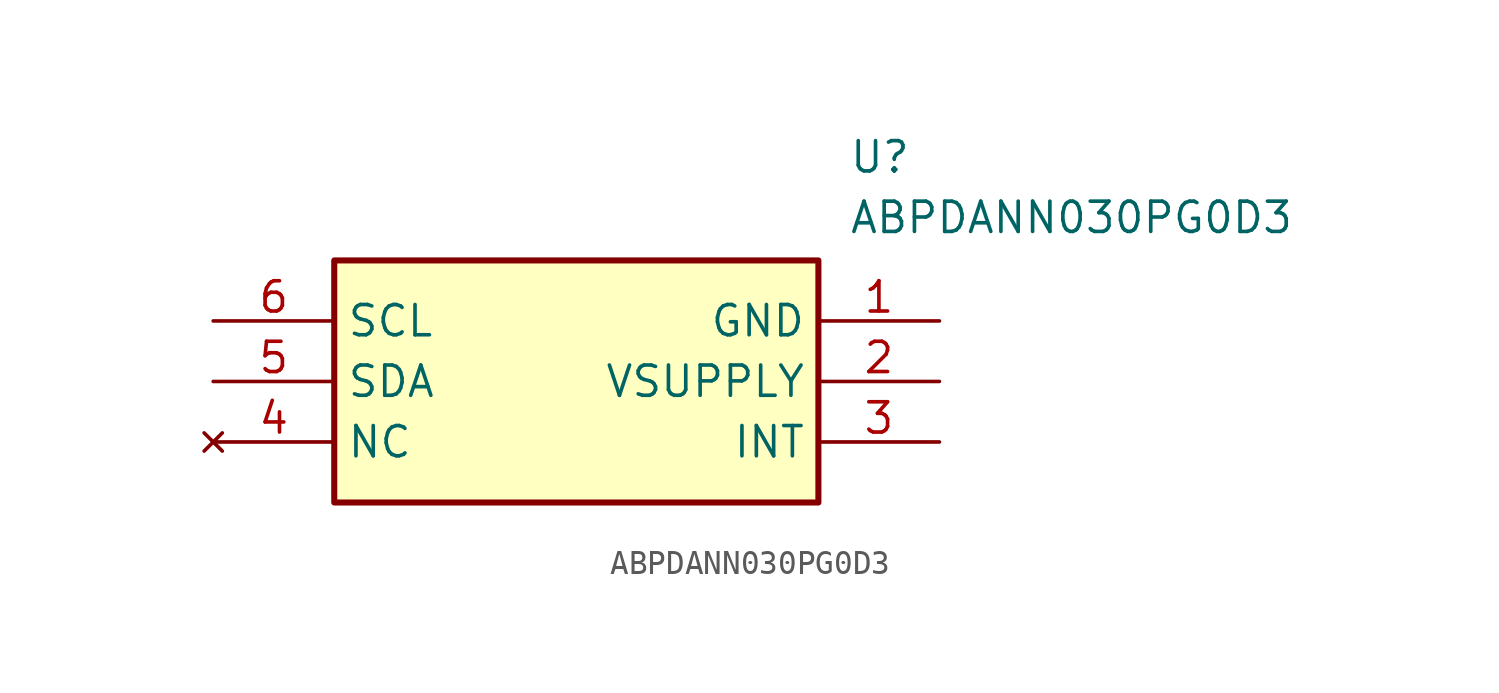
<source format=kicad_sym>
(kicad_symbol_lib
  (version 20231120)
  (generator "kicad_symbol_editor")
  (generator_version "8.0")
  (symbol "ABPDANN030PG0D3"
    (property "Reference" "U"
      (at 26.67 7.62 0)
      (effects (font (size 1.27 1.27)) (justify left top)))
    (property "Value" "ABPDANN030PG0D3"
      (at 26.67 5.08 0)
      (effects (font (size 1.27 1.27)) (justify left top)))
    (symbol "ABPDANN030PG0D3_1_1"
      (rectangle (start 5.08 2.54) (end 25.4 -7.62) (stroke (width 0.254) (type default)) (fill (type background)))
      (pin passive line (at 30.48 0 180) (length 5.08) (name "GND" (effects (font (size 1.27 1.27)))) (number "1" (effects (font (size 1.27 1.27)))))
      (pin passive line (at 30.48 -2.54 180) (length 5.08) (name "VSUPPLY" (effects (font (size 1.27 1.27)))) (number "2" (effects (font (size 1.27 1.27)))))
      (pin passive line (at 30.48 -5.08 180) (length 5.08) (name "INT" (effects (font (size 1.27 1.27)))) (number "3" (effects (font (size 1.27 1.27)))))
      (pin no_connect line (at 0 -5.08 0) (length 5.08) (name "NC" (effects (font (size 1.27 1.27)))) (number "4" (effects (font (size 1.27 1.27)))))
      (pin passive line (at 0 -2.54 0) (length 5.08) (name "SDA" (effects (font (size 1.27 1.27)))) (number "5" (effects (font (size 1.27 1.27)))))
      (pin passive line (at 0 0 0) (length 5.08) (name "SCL" (effects (font (size 1.27 1.27)))) (number "6" (effects (font (size 1.27 1.27))))))))
</source>
